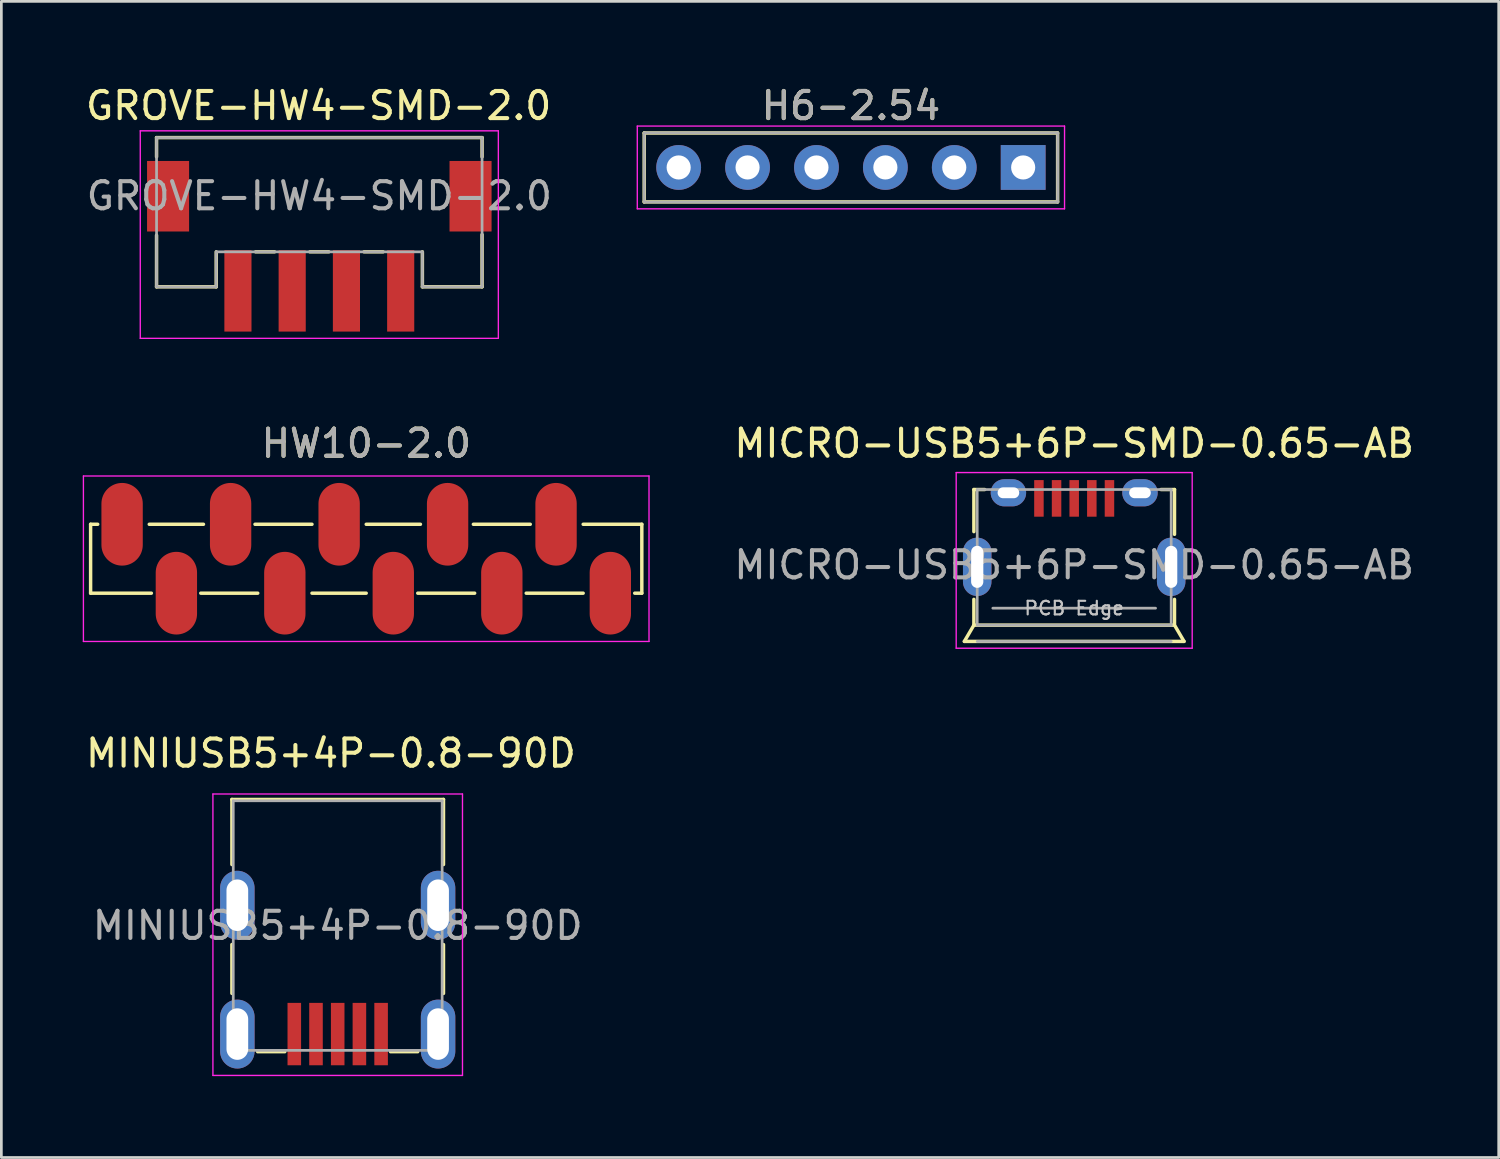
<source format=kicad_pcb>
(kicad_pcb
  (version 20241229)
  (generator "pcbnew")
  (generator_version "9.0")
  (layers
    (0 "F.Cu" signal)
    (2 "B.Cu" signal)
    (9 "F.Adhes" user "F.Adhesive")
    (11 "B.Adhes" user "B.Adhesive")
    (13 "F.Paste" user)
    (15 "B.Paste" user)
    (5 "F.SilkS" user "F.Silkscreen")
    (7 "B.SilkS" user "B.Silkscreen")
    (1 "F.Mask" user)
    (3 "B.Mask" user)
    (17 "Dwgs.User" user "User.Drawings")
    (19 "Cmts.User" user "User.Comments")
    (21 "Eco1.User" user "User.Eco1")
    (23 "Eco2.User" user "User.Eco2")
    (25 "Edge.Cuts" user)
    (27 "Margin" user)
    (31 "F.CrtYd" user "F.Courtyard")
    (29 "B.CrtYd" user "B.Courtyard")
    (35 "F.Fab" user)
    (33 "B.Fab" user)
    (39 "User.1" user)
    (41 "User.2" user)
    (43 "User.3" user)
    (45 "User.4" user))
  (footprint "GROVE-HW4-SMD-2.0"
    (layer "F.Cu")
    (at 8.721 4.173)
    (property "Reference" "GROVE-HW4-SMD-2.0" (at -0.025 -3.325 0) (layer "F.SilkS") (effects (font (size 1 1) (thickness 0.15))))
    (attr smd)
    (fp_line (start -6 -2.15) (end -6 -1.44) (stroke (width 0.127) (type solid)) (layer "F.SilkS"))
    (fp_line (start -6 -2.15) (end 6 -2.15) (stroke (width 0.127) (type solid)) (layer "F.SilkS"))
    (fp_line (start -6 1.45) (end -6 3.35) (stroke (width 0.127) (type solid)) (layer "F.SilkS"))
    (fp_line (start -6 3.35) (end -3.8 3.35) (stroke (width 0.127) (type solid)) (layer "F.SilkS"))
    (fp_line (start -3.8 3.35) (end -3.8 2.06) (stroke (width 0.127) (type solid)) (layer "F.SilkS"))
    (fp_line (start -2.349 2.061) (end -1.65 2.061) (stroke (width 0.127) (type solid)) (layer "F.SilkS"))
    (fp_line (start -0.348 2.061) (end 0.35 2.061) (stroke (width 0.127) (type solid)) (layer "F.SilkS"))
    (fp_line (start 1.649 2.061) (end 2.35 2.061) (stroke (width 0.127) (type solid)) (layer "F.SilkS"))
    (fp_line (start 3.8 2.061) (end 3.8 3.35) (stroke (width 0.127) (type solid)) (layer "F.SilkS"))
    (fp_line (start 3.8 3.35) (end 6 3.35) (stroke (width 0.127) (type solid)) (layer "F.SilkS"))
    (fp_line (start 6 -2.15) (end 6 -1.44) (stroke (width 0.127) (type solid)) (layer "F.SilkS"))
    (fp_line (start 6 1.425) (end 6 3.35) (stroke (width 0.127) (type solid)) (layer "F.SilkS"))
    (fp_line (start -6.6 -2.4) (end -6.6 5.25) (stroke (width 0.05) (type solid)) (layer "F.CrtYd"))
    (fp_line (start -6.6 5.25) (end 6.6 5.25) (stroke (width 0.05) (type solid)) (layer "F.CrtYd"))
    (fp_line (start 6.6 -2.4) (end -6.6 -2.4) (stroke (width 0.05) (type solid)) (layer "F.CrtYd"))
    (fp_line (start 6.6 5.25) (end 6.6 -2.4) (stroke (width 0.05) (type solid)) (layer "F.CrtYd"))
    (fp_line (start -6 -2.15) (end -6 3.35) (stroke (width 0.1) (type solid)) (layer "F.Fab"))
    (fp_line (start -6 -2.15) (end 6 -2.15) (stroke (width 0.1) (type solid)) (layer "F.Fab"))
    (fp_line (start -6 3.35) (end -3.8 3.35) (stroke (width 0.1) (type solid)) (layer "F.Fab"))
    (fp_line (start -3.8 2.061) (end 3.8 2.061) (stroke (width 0.1) (type solid)) (layer "F.Fab"))
    (fp_line (start -3.8 3.35) (end -3.8 2.06) (stroke (width 0.1) (type solid)) (layer "F.Fab"))
    (fp_line (start 3.8 2.061) (end 3.8 3.35) (stroke (width 0.1) (type solid)) (layer "F.Fab"))
    (fp_line (start 3.8 3.35) (end 6 3.35) (stroke (width 0.1) (type solid)) (layer "F.Fab"))
    (fp_line (start 6 -2.15) (end 6 3.35) (stroke (width 0.1) (type solid)) (layer "F.Fab"))
    (fp_text user "${REFERENCE}" (at 0 0 0) (layer "F.Fab") (effects (font (size 1 1) (thickness 0.15))))
    (pad "1" smd rect (at -3 3.5 90) (size 3 1) (layers "F.Cu" "F.Mask" "F.Paste"))
    (pad "2" smd rect (at -1 3.5 90) (size 3 1) (layers "F.Cu" "F.Mask" "F.Paste"))
    (pad "3" smd rect (at 1 3.5 90) (size 3 1) (layers "F.Cu" "F.Mask" "F.Paste"))
    (pad "4" smd rect (at 3 3.5 90) (size 3 1) (layers "F.Cu" "F.Mask" "F.Paste"))
    (pad "5" smd rect (at -5.575 0.011 90) (size 2.6 1.55) (layers "F.Cu" "F.Mask" "F.Paste"))
    (pad "6" smd rect (at 5.575 0.011 90) (size 2.6 1.55) (layers "F.Cu" "F.Mask" "F.Paste")))
  (footprint "H6-2.54"
    (layer "F.Cu")
    (at 28.318 3.123)
    (property "Reference" "H6-2.54" (at 0 -2.275 0) (layer "F.SilkS") (effects (font (size 1 1) (thickness 0.15))))
    (attr exclude_from_pos_files exclude_from_bom)
    (fp_line (start -7.62 -1.27) (end 7.62 -1.27) (stroke (width 0.127) (type solid)) (layer "F.SilkS"))
    (fp_line (start -7.62 1.27) (end -7.62 -1.27) (stroke (width 0.127) (type solid)) (layer "F.SilkS"))
    (fp_line (start 7.62 -1.27) (end 7.62 1.27) (stroke (width 0.127) (type solid)) (layer "F.SilkS"))
    (fp_line (start 7.62 1.27) (end -7.62 1.27) (stroke (width 0.127) (type solid)) (layer "F.SilkS"))
    (fp_line (start -7.875 -1.525) (end -7.875 1.525) (stroke (width 0.05) (type solid)) (layer "F.CrtYd"))
    (fp_line (start -7.875 1.525) (end 7.875 1.525) (stroke (width 0.05) (type solid)) (layer "F.CrtYd"))
    (fp_line (start 7.875 -1.525) (end -7.875 -1.525) (stroke (width 0.05) (type solid)) (layer "F.CrtYd"))
    (fp_line (start 7.875 1.525) (end 7.875 -1.525) (stroke (width 0.05) (type solid)) (layer "F.CrtYd"))
    (fp_line (start -7.62 -1.275) (end -7.62 1.275) (stroke (width 0.1) (type solid)) (layer "F.Fab"))
    (fp_line (start -7.62 -1.275) (end 7.62 -1.275) (stroke (width 0.1) (type solid)) (layer "F.Fab"))
    (fp_line (start -7.62 1.275) (end 7.62 1.275) (stroke (width 0.1) (type solid)) (layer "F.Fab"))
    (fp_line (start 7.62 -1.275) (end 7.62 1.275) (stroke (width 0.1) (type solid)) (layer "F.Fab"))
    (fp_text user "${REFERENCE}" (at 0 -2.275 0) (layer "F.Fab") (effects (font (size 1 1) (thickness 0.15))))
    (pad "1" thru_hole rect (at 6.35 0 270) (size 1.651 1.651) (drill 0.889) (layers "*.Cu" "*.Mask"))
    (pad "2" thru_hole circle (at 3.81 0 270) (size 1.651 1.651) (drill 0.889) (layers "*.Cu" "*.Mask"))
    (pad "3" thru_hole circle (at 1.27 0 270) (size 1.651 1.651) (drill 0.889) (layers "*.Cu" "*.Mask"))
    (pad "4" thru_hole circle (at -1.27 0 270) (size 1.651 1.651) (drill 0.889) (layers "*.Cu" "*.Mask"))
    (pad "5" thru_hole circle (at -3.81 0 270) (size 1.651 1.651) (drill 0.889) (layers "*.Cu" "*.Mask"))
    (pad "6" thru_hole circle (at -6.35 0 270) (size 1.651 1.651) (drill 0.889) (layers "*.Cu" "*.Mask")))
  (footprint "MINIUSB5+4P-0.8-90D"
    (layer "F.Cu")
    (at 9.399 31.07)
    (property "Reference" "MINIUSB5+4P-0.8-90D" (at -0.25 -6.35 180) (layer "F.SilkS") (effects (font (size 1 1) (thickness 0.15))))
    (attr smd)
    (fp_line (start -3.9 -4.65) (end 3.9 -4.65) (stroke (width 0.127) (type solid)) (layer "F.SilkS"))
    (fp_line (start -3.9 -2.25) (end -3.9 -4.65) (stroke (width 0.127) (type solid)) (layer "F.SilkS"))
    (fp_line (start -3.9 2.5) (end -3.9 0.699) (stroke (width 0.127) (type solid)) (layer "F.SilkS"))
    (fp_line (start -1.95 4.65) (end -2.951 4.65) (stroke (width 0.127) (type solid)) (layer "F.SilkS"))
    (fp_line (start 1.949 4.65) (end 2.95 4.65) (stroke (width 0.127) (type solid)) (layer "F.SilkS"))
    (fp_line (start 3.9 -2.25) (end 3.9 -4.65) (stroke (width 0.127) (type solid)) (layer "F.SilkS"))
    (fp_line (start 3.9 2.501) (end 3.9 0.7) (stroke (width 0.127) (type solid)) (layer "F.SilkS"))
    (fp_line (start -4.6 -4.85) (end -4.6 5.525) (stroke (width 0.05) (type solid)) (layer "F.CrtYd"))
    (fp_line (start -4.6 5.525) (end 4.6 5.525) (stroke (width 0.05) (type solid)) (layer "F.CrtYd"))
    (fp_line (start 4.6 -4.85) (end -4.6 -4.85) (stroke (width 0.05) (type solid)) (layer "F.CrtYd"))
    (fp_line (start 4.6 5.525) (end 4.6 -4.85) (stroke (width 0.05) (type solid)) (layer "F.CrtYd"))
    (fp_line (start -3.85 4.6) (end -3.85 -4.6) (stroke (width 0.1) (type solid)) (layer "F.Fab"))
    (fp_line (start 3.85 -4.6) (end -3.85 -4.6) (stroke (width 0.1) (type solid)) (layer "F.Fab"))
    (fp_line (start 3.85 4.6) (end -3.85 4.6) (stroke (width 0.1) (type solid)) (layer "F.Fab"))
    (fp_line (start 3.85 4.6) (end 3.85 -4.6) (stroke (width 0.1) (type solid)) (layer "F.Fab"))
    (fp_text user "${REFERENCE}" (at 0 0 0) (layer "F.Fab") (effects (font (size 1 1) (thickness 0.15))))
    (pad "1" smd rect (at 1.6 4 90) (size 2.3 0.5) (layers "F.Cu" "F.Mask" "F.Paste"))
    (pad "2" smd rect (at 0.8 4 90) (size 2.3 0.5) (layers "F.Cu" "F.Mask" "F.Paste"))
    (pad "3" smd rect (at 0 4 90) (size 2.3 0.5) (layers "F.Cu" "F.Mask" "F.Paste"))
    (pad "4" smd rect (at -0.8 4 90) (size 2.3 0.5) (layers "F.Cu" "F.Mask" "F.Paste"))
    (pad "5" smd rect (at -1.6 4 90) (size 2.3 0.5) (layers "F.Cu" "F.Mask" "F.Paste"))
    (pad "6" thru_hole oval (at -3.7 -0.75 180) (size 1.27 2.54) (drill oval 0.8 1.9) (layers "*.Cu" "*.Mask"))
    (pad "6" thru_hole oval (at -3.7 4 180) (size 1.27 2.54) (drill oval 0.8 1.9) (layers "*.Cu" "*.Mask"))
    (pad "6" thru_hole oval (at 3.7 -0.75 180) (size 1.27 2.54) (drill oval 0.8 1.9) (layers "*.Cu" "*.Mask"))
    (pad "6" thru_hole oval (at 3.7 4 180) (size 1.27 2.54) (drill oval 0.8 1.9) (layers "*.Cu" "*.Mask")))
  (footprint "MICRO-USB5+6P-SMD-0.65-AB"
    (layer "F.Cu")
    (at 36.549 17.846)
    (property "Reference" "MICRO-USB5+6P-SMD-0.65-AB" (at 0 -4.55 0) (layer "F.SilkS") (effects (font (size 1 1) (thickness 0.15))))
    (attr smd)
    (fp_line (start -4.049 2.748) (end -3.698 2.149) (stroke (width 0.127) (type solid)) (layer "F.SilkS"))
    (fp_line (start -3.698 -2.85) (end -3.698 -1.298) (stroke (width 0.127) (type solid)) (layer "F.SilkS"))
    (fp_line (start -3.698 1.199) (end -3.698 2.098) (stroke (width 0.127) (type solid)) (layer "F.SilkS"))
    (fp_line (start -3.698 2.149) (end 3.698 2.149) (stroke (width 0.127) (type solid)) (layer "F.SilkS"))
    (fp_line (start -3.299 -2.85) (end -3.698 -2.85) (stroke (width 0.127) (type solid)) (layer "F.SilkS"))
    (fp_line (start 3.198 -2.85) (end 3.698 -2.85) (stroke (width 0.127) (type solid)) (layer "F.SilkS"))
    (fp_line (start 3.698 -2.85) (end 3.698 -1.199) (stroke (width 0.127) (type solid)) (layer "F.SilkS"))
    (fp_line (start 3.698 1.199) (end 3.698 2.098) (stroke (width 0.127) (type solid)) (layer "F.SilkS"))
    (fp_line (start 3.698 2.149) (end 4.049 2.748) (stroke (width 0.127) (type solid)) (layer "F.SilkS"))
    (fp_line (start 4.049 2.748) (end -4.049 2.748) (stroke (width 0.127) (type solid)) (layer "F.SilkS"))
    (fp_line (start -4.35 -3.475) (end -4.35 3) (stroke (width 0.05) (type solid)) (layer "F.CrtYd"))
    (fp_line (start -4.35 3) (end 4.35 3) (stroke (width 0.05) (type solid)) (layer "F.CrtYd"))
    (fp_line (start 4.35 -3.475) (end -4.35 -3.475) (stroke (width 0.05) (type solid)) (layer "F.CrtYd"))
    (fp_line (start 4.35 3) (end 4.35 -3.475) (stroke (width 0.05) (type solid)) (layer "F.CrtYd"))
    (fp_line (start -3.575 -2.85) (end 3.575 -2.85) (stroke (width 0.1) (type solid)) (layer "F.Fab"))
    (fp_line (start -3.575 2.15) (end -3.575 -2.85) (stroke (width 0.1) (type solid)) (layer "F.Fab"))
    (fp_line (start -3.575 2.15) (end 3.575 2.15) (stroke (width 0.1) (type solid)) (layer "F.Fab"))
    (fp_line (start -3.575 2.75) (end 3.575 2.75) (stroke (width 0.1) (type solid)) (layer "F.Fab"))
    (fp_line (start -3 1.524) (end 3 1.524) (stroke (width 0.1) (type solid)) (layer "F.Fab"))
    (fp_line (start 3.575 2.15) (end 3.575 -2.85) (stroke (width 0.1) (type solid)) (layer "F.Fab"))
    (fp_text user "PCB Edge" (at 0 1.525 0) (layer "Dwgs.User") (effects (font (size 0.5 0.5) (thickness 0.08))))
    (fp_text user "${REFERENCE}" (at 0 -0.068 0) (layer "F.Fab") (effects (font (size 1 1) (thickness 0.15))))
    (pad "1" smd rect (at -1.3 -2.523 90) (size 1.349 0.35) (layers "F.Cu" "F.Mask" "F.Paste"))
    (pad "2" smd rect (at -0.65 -2.523 90) (size 1.349 0.35) (layers "F.Cu" "F.Mask" "F.Paste"))
    (pad "3" smd rect (at 0 -2.523 90) (size 1.349 0.35) (layers "F.Cu" "F.Mask" "F.Paste"))
    (pad "4" smd rect (at 0.65 -2.523 90) (size 1.349 0.35) (layers "F.Cu" "F.Mask" "F.Paste"))
    (pad "5" smd rect (at 1.3 -2.523 90) (size 1.349 0.35) (layers "F.Cu" "F.Mask" "F.Paste"))
    (pad "6" thru_hole oval (at -2.425 -2.73 180) (size 1.306 1) (drill oval 0.798 0.4) (layers "*.Cu" "*.Mask"))
    (pad "7" thru_hole oval (at -3.575 0 180) (size 1.05 2.15) (drill oval 0.45 1.55) (layers "*.Cu" "*.Mask"))
    (pad "8" thru_hole oval (at 3.575 0 180) (size 1.05 2.15) (drill oval 0.45 1.55) (layers "*.Cu" "*.Mask"))
    (pad "9" thru_hole oval (at 2.425 -2.73 180) (size 1.306 1) (drill oval 0.798 0.4) (layers "*.Cu" "*.Mask")))
  (footprint "HW10-2.0"
    (layer "F.Cu")
    (at 10.45 17.547)
    (property "Reference" "HW10-2.0" (at 0 -4.25 180) (layer "F.SilkS") (effects (font (size 1 1) (thickness 0.15))))
    (attr smd)
    (fp_line (start -10.16 1.27) (end -10.16 -1.27) (stroke (width 0.127) (type solid)) (layer "F.SilkS"))
    (fp_line (start -9.898 -1.27) (end -10.16 -1.27) (stroke (width 0.127) (type solid)) (layer "F.SilkS"))
    (fp_line (start -7.92 1.27) (end -10.16 1.27) (stroke (width 0.127) (type solid)) (layer "F.SilkS"))
    (fp_line (start -5.999 -1.27) (end -7.998 -1.27) (stroke (width 0.127) (type solid)) (layer "F.SilkS"))
    (fp_line (start -3.998 1.27) (end -6.099 1.27) (stroke (width 0.127) (type solid)) (layer "F.SilkS"))
    (fp_line (start -1.999 -1.27) (end -4.1 -1.27) (stroke (width 0.127) (type solid)) (layer "F.SilkS"))
    (fp_line (start 0 1.27) (end -1.999 1.27) (stroke (width 0.127) (type solid)) (layer "F.SilkS"))
    (fp_line (start 1.999 -1.27) (end 0 -1.27) (stroke (width 0.127) (type solid)) (layer "F.SilkS"))
    (fp_line (start 3.998 1.27) (end 1.9 1.27) (stroke (width 0.127) (type solid)) (layer "F.SilkS"))
    (fp_line (start 6.048 -1.27) (end 3.95 -1.27) (stroke (width 0.127) (type solid)) (layer "F.SilkS"))
    (fp_line (start 7.998 1.27) (end 5.898 1.27) (stroke (width 0.127) (type solid)) (layer "F.SilkS"))
    (fp_line (start 10.16 -1.27) (end 7.998 -1.27) (stroke (width 0.127) (type solid)) (layer "F.SilkS"))
    (fp_line (start 10.16 -1.27) (end 10.16 1.27) (stroke (width 0.127) (type solid)) (layer "F.SilkS"))
    (fp_line (start 10.16 1.27) (end 9.898 1.27) (stroke (width 0.127) (type solid)) (layer "F.SilkS"))
    (fp_line (start -10.425 -3.05) (end 10.425 -3.05) (stroke (width 0.05) (type solid)) (layer "F.CrtYd"))
    (fp_line (start -10.425 3.05) (end -10.425 -3.05) (stroke (width 0.05) (type solid)) (layer "F.CrtYd"))
    (fp_line (start 10.425 -3.05) (end 10.425 3.05) (stroke (width 0.05) (type solid)) (layer "F.CrtYd"))
    (fp_line (start 10.425 3.05) (end -10.425 3.05) (stroke (width 0.05) (type solid)) (layer "F.CrtYd"))
    (fp_text user "${REFERENCE}" (at 0 -4.25 0) (layer "F.Fab") (effects (font (size 1 1) (thickness 0.15))))
    (pad "1" smd oval (at -8.999 -1.27 90) (size 3.048 1.524) (layers "F.Cu" "F.Mask" "F.Paste"))
    (pad "2" smd oval (at -6.998 1.27 90) (size 3.048 1.524) (layers "F.Cu" "F.Mask" "F.Paste"))
    (pad "3" smd oval (at -4.999 -1.27 90) (size 3.048 1.524) (layers "F.Cu" "F.Mask" "F.Paste"))
    (pad "4" smd oval (at -3 1.27 90) (size 3.048 1.524) (layers "F.Cu" "F.Mask" "F.Paste"))
    (pad "5" smd oval (at -0.998 -1.27 90) (size 3.048 1.524) (layers "F.Cu" "F.Mask" "F.Paste"))
    (pad "6" smd oval (at 0.998 1.27 90) (size 3.048 1.524) (layers "F.Cu" "F.Mask" "F.Paste"))
    (pad "7" smd oval (at 3 -1.27 90) (size 3.048 1.524) (layers "F.Cu" "F.Mask" "F.Paste"))
    (pad "8" smd oval (at 4.999 1.27 90) (size 3.048 1.524) (layers "F.Cu" "F.Mask" "F.Paste"))
    (pad "9" smd oval (at 6.998 -1.27 90) (size 3.048 1.524) (layers "F.Cu" "F.Mask" "F.Paste"))
    (pad "10" smd oval (at 8.999 1.27 90) (size 3.048 1.524) (layers "F.Cu" "F.Mask" "F.Paste")))
  (gr_rect
    (start -3 -3)
    (end 52.198 39.62)
    (stroke (width 0.1) (type default))
    (fill no)
    (layer "Edge.Cuts")))
</source>
